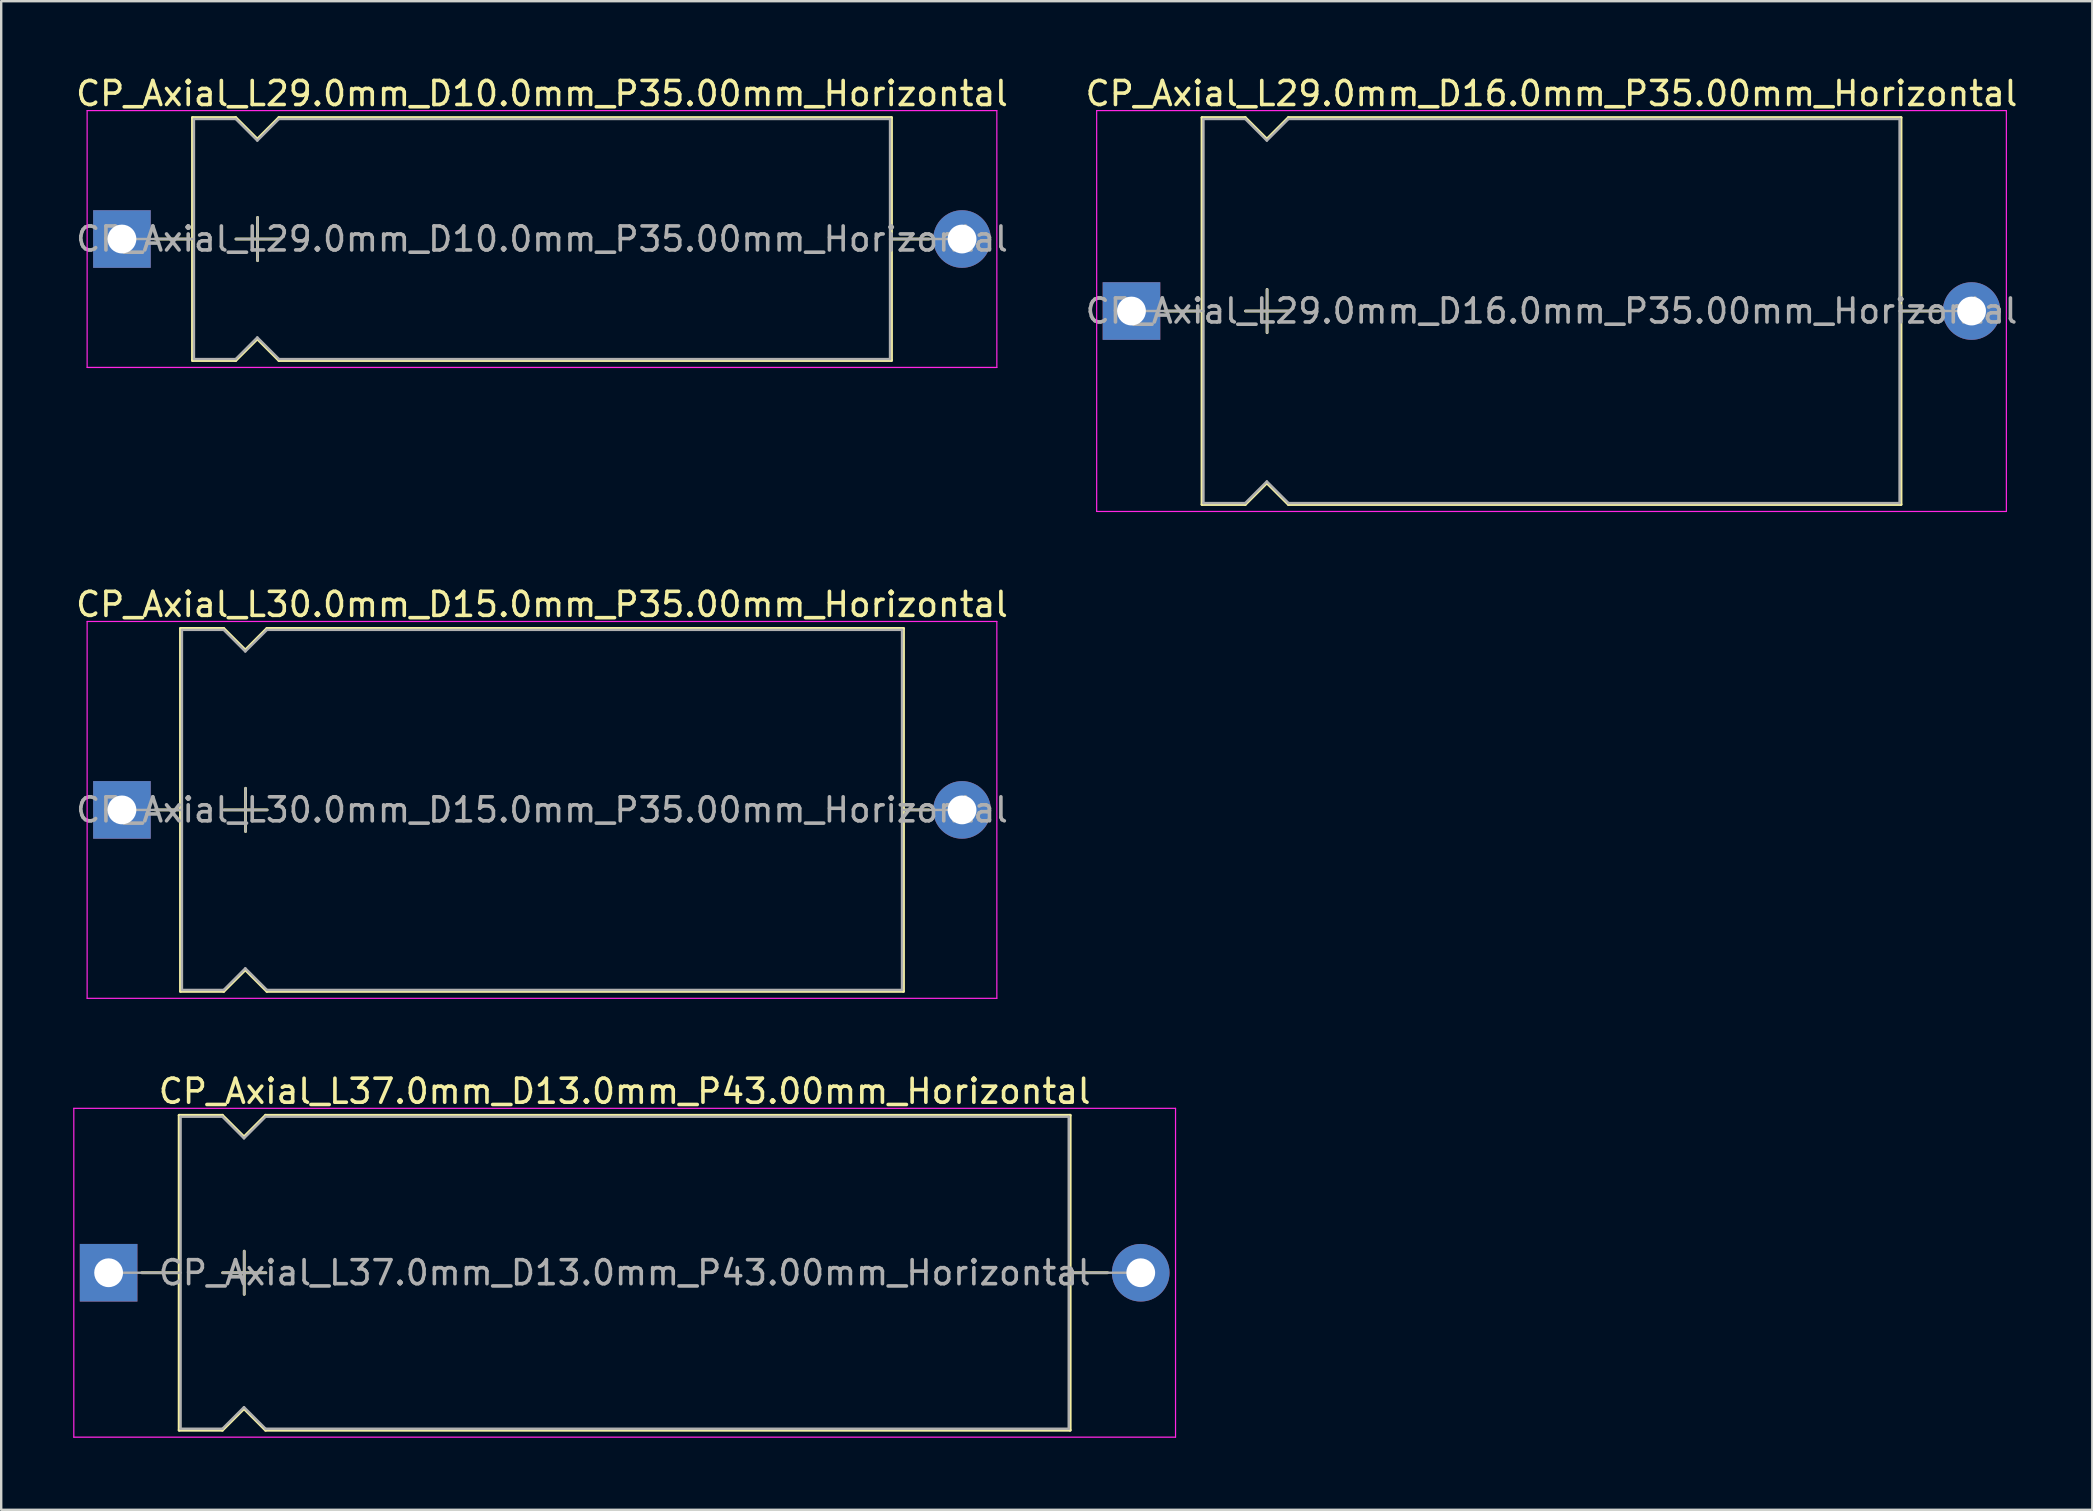
<source format=kicad_pcb>
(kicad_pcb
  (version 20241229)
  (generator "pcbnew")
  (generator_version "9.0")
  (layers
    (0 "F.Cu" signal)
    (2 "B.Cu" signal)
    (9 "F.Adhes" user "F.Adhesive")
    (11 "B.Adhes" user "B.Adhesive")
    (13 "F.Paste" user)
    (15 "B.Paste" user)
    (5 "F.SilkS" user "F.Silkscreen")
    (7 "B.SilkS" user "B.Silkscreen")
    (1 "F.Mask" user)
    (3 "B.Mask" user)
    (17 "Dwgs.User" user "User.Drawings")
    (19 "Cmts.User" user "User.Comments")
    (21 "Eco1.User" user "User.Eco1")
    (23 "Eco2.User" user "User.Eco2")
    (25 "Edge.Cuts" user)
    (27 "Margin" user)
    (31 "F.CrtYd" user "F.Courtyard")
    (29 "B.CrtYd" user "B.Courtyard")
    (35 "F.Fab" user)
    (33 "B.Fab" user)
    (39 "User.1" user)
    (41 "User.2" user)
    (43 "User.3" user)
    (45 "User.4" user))
  (footprint "CP_Axial_L29.0mm_D10.0mm_P35.00mm_Horizontal"
    (layer "F.Cu")
    (at 2.03 6.908)
    (property "Reference" "CP_Axial_L29.0mm_D10.0mm_P35.00mm_Horizontal" (at 17.5 -6.06 0) (layer "F.SilkS") (effects (font (size 1 1) (thickness 0.15))))
    (attr through_hole)
    (fp_line (start 1.38 0) (end 2.94 0) (stroke (width 0.12) (type solid)) (layer "F.SilkS"))
    (fp_line (start 2.94 -5.06) (end 2.94 5.06) (stroke (width 0.12) (type solid)) (layer "F.SilkS"))
    (fp_line (start 2.94 -5.06) (end 4.74 -5.06) (stroke (width 0.12) (type solid)) (layer "F.SilkS"))
    (fp_line (start 2.94 5.06) (end 4.74 5.06) (stroke (width 0.12) (type solid)) (layer "F.SilkS"))
    (fp_line (start 4.74 -5.06) (end 5.64 -4.16) (stroke (width 0.12) (type solid)) (layer "F.SilkS"))
    (fp_line (start 4.74 5.06) (end 5.64 4.16) (stroke (width 0.12) (type solid)) (layer "F.SilkS"))
    (fp_line (start 4.75 0) (end 6.55 0) (stroke (width 0.12) (type solid)) (layer "F.SilkS"))
    (fp_line (start 5.64 -4.16) (end 6.54 -5.06) (stroke (width 0.12) (type solid)) (layer "F.SilkS"))
    (fp_line (start 5.64 4.16) (end 6.54 5.06) (stroke (width 0.12) (type solid)) (layer "F.SilkS"))
    (fp_line (start 5.65 -0.9) (end 5.65 0.9) (stroke (width 0.12) (type solid)) (layer "F.SilkS"))
    (fp_line (start 6.54 -5.06) (end 32.06 -5.06) (stroke (width 0.12) (type solid)) (layer "F.SilkS"))
    (fp_line (start 6.54 5.06) (end 32.06 5.06) (stroke (width 0.12) (type solid)) (layer "F.SilkS"))
    (fp_line (start 32.06 -5.06) (end 32.06 5.06) (stroke (width 0.12) (type solid)) (layer "F.SilkS"))
    (fp_line (start 33.62 0) (end 32.06 0) (stroke (width 0.12) (type solid)) (layer "F.SilkS"))
    (fp_line (start -1.45 -5.35) (end -1.45 5.35) (stroke (width 0.05) (type solid)) (layer "F.CrtYd"))
    (fp_line (start -1.45 5.35) (end 36.45 5.35) (stroke (width 0.05) (type solid)) (layer "F.CrtYd"))
    (fp_line (start 36.45 -5.35) (end -1.45 -5.35) (stroke (width 0.05) (type solid)) (layer "F.CrtYd"))
    (fp_line (start 36.45 5.35) (end 36.45 -5.35) (stroke (width 0.05) (type solid)) (layer "F.CrtYd"))
    (fp_line (start 0 0) (end 3 0) (stroke (width 0.1) (type solid)) (layer "F.Fab"))
    (fp_line (start 3 -5) (end 3 5) (stroke (width 0.1) (type solid)) (layer "F.Fab"))
    (fp_line (start 3 -5) (end 4.74 -5) (stroke (width 0.1) (type solid)) (layer "F.Fab"))
    (fp_line (start 3 5) (end 4.74 5) (stroke (width 0.1) (type solid)) (layer "F.Fab"))
    (fp_line (start 4.74 -5) (end 5.64 -4.1) (stroke (width 0.1) (type solid)) (layer "F.Fab"))
    (fp_line (start 4.74 5) (end 5.64 4.1) (stroke (width 0.1) (type solid)) (layer "F.Fab"))
    (fp_line (start 4.75 0) (end 6.55 0) (stroke (width 0.1) (type solid)) (layer "F.Fab"))
    (fp_line (start 5.64 -4.1) (end 6.54 -5) (stroke (width 0.1) (type solid)) (layer "F.Fab"))
    (fp_line (start 5.64 4.1) (end 6.54 5) (stroke (width 0.1) (type solid)) (layer "F.Fab"))
    (fp_line (start 5.65 -0.9) (end 5.65 0.9) (stroke (width 0.1) (type solid)) (layer "F.Fab"))
    (fp_line (start 6.54 -5) (end 32 -5) (stroke (width 0.1) (type solid)) (layer "F.Fab"))
    (fp_line (start 6.54 5) (end 32 5) (stroke (width 0.1) (type solid)) (layer "F.Fab"))
    (fp_line (start 32 -5) (end 32 5) (stroke (width 0.1) (type solid)) (layer "F.Fab"))
    (fp_line (start 35 0) (end 32 0) (stroke (width 0.1) (type solid)) (layer "F.Fab"))
    (fp_text user "${REFERENCE}" (at 17.5 0 0) (layer "F.Fab") (effects (font (size 1 1) (thickness 0.15))))
    (pad "1" thru_hole rect (at 0 0) (size 2.4 2.4) (drill 1.2) (layers "*.Cu" "*.Mask"))
    (pad "2" thru_hole oval (at 35 0) (size 2.4 2.4) (drill 1.2) (layers "*.Cu" "*.Mask")))
  (footprint "CP_Axial_L30.0mm_D15.0mm_P35.00mm_Horizontal"
    (layer "F.Cu")
    (at 2.03 30.692)
    (property "Reference" "CP_Axial_L30.0mm_D15.0mm_P35.00mm_Horizontal" (at 17.5 -8.56 0) (layer "F.SilkS") (effects (font (size 1 1) (thickness 0.15))))
    (attr through_hole)
    (fp_line (start 1.38 0) (end 2.44 0) (stroke (width 0.12) (type solid)) (layer "F.SilkS"))
    (fp_line (start 2.44 -7.56) (end 2.44 7.56) (stroke (width 0.12) (type solid)) (layer "F.SilkS"))
    (fp_line (start 2.44 -7.56) (end 4.24 -7.56) (stroke (width 0.12) (type solid)) (layer "F.SilkS"))
    (fp_line (start 2.44 7.56) (end 4.24 7.56) (stroke (width 0.12) (type solid)) (layer "F.SilkS"))
    (fp_line (start 4.24 -7.56) (end 5.14 -6.66) (stroke (width 0.12) (type solid)) (layer "F.SilkS"))
    (fp_line (start 4.24 7.56) (end 5.14 6.66) (stroke (width 0.12) (type solid)) (layer "F.SilkS"))
    (fp_line (start 4.25 0) (end 6.05 0) (stroke (width 0.12) (type solid)) (layer "F.SilkS"))
    (fp_line (start 5.14 -6.66) (end 6.04 -7.56) (stroke (width 0.12) (type solid)) (layer "F.SilkS"))
    (fp_line (start 5.14 6.66) (end 6.04 7.56) (stroke (width 0.12) (type solid)) (layer "F.SilkS"))
    (fp_line (start 5.15 -0.9) (end 5.15 0.9) (stroke (width 0.12) (type solid)) (layer "F.SilkS"))
    (fp_line (start 6.04 -7.56) (end 32.56 -7.56) (stroke (width 0.12) (type solid)) (layer "F.SilkS"))
    (fp_line (start 6.04 7.56) (end 32.56 7.56) (stroke (width 0.12) (type solid)) (layer "F.SilkS"))
    (fp_line (start 32.56 -7.56) (end 32.56 7.56) (stroke (width 0.12) (type solid)) (layer "F.SilkS"))
    (fp_line (start 33.62 0) (end 32.56 0) (stroke (width 0.12) (type solid)) (layer "F.SilkS"))
    (fp_line (start -1.45 -7.85) (end -1.45 7.85) (stroke (width 0.05) (type solid)) (layer "F.CrtYd"))
    (fp_line (start -1.45 7.85) (end 36.45 7.85) (stroke (width 0.05) (type solid)) (layer "F.CrtYd"))
    (fp_line (start 36.45 -7.85) (end -1.45 -7.85) (stroke (width 0.05) (type solid)) (layer "F.CrtYd"))
    (fp_line (start 36.45 7.85) (end 36.45 -7.85) (stroke (width 0.05) (type solid)) (layer "F.CrtYd"))
    (fp_line (start 0 0) (end 2.5 0) (stroke (width 0.1) (type solid)) (layer "F.Fab"))
    (fp_line (start 2.5 -7.5) (end 2.5 7.5) (stroke (width 0.1) (type solid)) (layer "F.Fab"))
    (fp_line (start 2.5 -7.5) (end 4.24 -7.5) (stroke (width 0.1) (type solid)) (layer "F.Fab"))
    (fp_line (start 2.5 7.5) (end 4.24 7.5) (stroke (width 0.1) (type solid)) (layer "F.Fab"))
    (fp_line (start 4.24 -7.5) (end 5.14 -6.6) (stroke (width 0.1) (type solid)) (layer "F.Fab"))
    (fp_line (start 4.24 7.5) (end 5.14 6.6) (stroke (width 0.1) (type solid)) (layer "F.Fab"))
    (fp_line (start 4.25 0) (end 6.05 0) (stroke (width 0.1) (type solid)) (layer "F.Fab"))
    (fp_line (start 5.14 -6.6) (end 6.04 -7.5) (stroke (width 0.1) (type solid)) (layer "F.Fab"))
    (fp_line (start 5.14 6.6) (end 6.04 7.5) (stroke (width 0.1) (type solid)) (layer "F.Fab"))
    (fp_line (start 5.15 -0.9) (end 5.15 0.9) (stroke (width 0.1) (type solid)) (layer "F.Fab"))
    (fp_line (start 6.04 -7.5) (end 32.5 -7.5) (stroke (width 0.1) (type solid)) (layer "F.Fab"))
    (fp_line (start 6.04 7.5) (end 32.5 7.5) (stroke (width 0.1) (type solid)) (layer "F.Fab"))
    (fp_line (start 32.5 -7.5) (end 32.5 7.5) (stroke (width 0.1) (type solid)) (layer "F.Fab"))
    (fp_line (start 35 0) (end 32.5 0) (stroke (width 0.1) (type solid)) (layer "F.Fab"))
    (fp_text user "${REFERENCE}" (at 17.5 0 0) (layer "F.Fab") (effects (font (size 1 1) (thickness 0.15))))
    (pad "1" thru_hole rect (at 0 0) (size 2.4 2.4) (drill 1.2) (layers "*.Cu" "*.Mask"))
    (pad "2" thru_hole oval (at 35 0) (size 2.4 2.4) (drill 1.2) (layers "*.Cu" "*.Mask")))
  (footprint "CP_Axial_L29.0mm_D16.0mm_P35.00mm_Horizontal"
    (layer "F.Cu")
    (at 44.089 9.908)
    (property "Reference" "CP_Axial_L29.0mm_D16.0mm_P35.00mm_Horizontal" (at 17.5 -9.06 0) (layer "F.SilkS") (effects (font (size 1 1) (thickness 0.15))))
    (attr through_hole)
    (fp_line (start 1.38 0) (end 2.94 0) (stroke (width 0.12) (type solid)) (layer "F.SilkS"))
    (fp_line (start 2.94 -8.06) (end 2.94 8.06) (stroke (width 0.12) (type solid)) (layer "F.SilkS"))
    (fp_line (start 2.94 -8.06) (end 4.74 -8.06) (stroke (width 0.12) (type solid)) (layer "F.SilkS"))
    (fp_line (start 2.94 8.06) (end 4.74 8.06) (stroke (width 0.12) (type solid)) (layer "F.SilkS"))
    (fp_line (start 4.74 -8.06) (end 5.64 -7.16) (stroke (width 0.12) (type solid)) (layer "F.SilkS"))
    (fp_line (start 4.74 8.06) (end 5.64 7.16) (stroke (width 0.12) (type solid)) (layer "F.SilkS"))
    (fp_line (start 4.75 0) (end 6.55 0) (stroke (width 0.12) (type solid)) (layer "F.SilkS"))
    (fp_line (start 5.64 -7.16) (end 6.54 -8.06) (stroke (width 0.12) (type solid)) (layer "F.SilkS"))
    (fp_line (start 5.64 7.16) (end 6.54 8.06) (stroke (width 0.12) (type solid)) (layer "F.SilkS"))
    (fp_line (start 5.65 -0.9) (end 5.65 0.9) (stroke (width 0.12) (type solid)) (layer "F.SilkS"))
    (fp_line (start 6.54 -8.06) (end 32.06 -8.06) (stroke (width 0.12) (type solid)) (layer "F.SilkS"))
    (fp_line (start 6.54 8.06) (end 32.06 8.06) (stroke (width 0.12) (type solid)) (layer "F.SilkS"))
    (fp_line (start 32.06 -8.06) (end 32.06 8.06) (stroke (width 0.12) (type solid)) (layer "F.SilkS"))
    (fp_line (start 33.62 0) (end 32.06 0) (stroke (width 0.12) (type solid)) (layer "F.SilkS"))
    (fp_line (start -1.45 -8.35) (end -1.45 8.35) (stroke (width 0.05) (type solid)) (layer "F.CrtYd"))
    (fp_line (start -1.45 8.35) (end 36.45 8.35) (stroke (width 0.05) (type solid)) (layer "F.CrtYd"))
    (fp_line (start 36.45 -8.35) (end -1.45 -8.35) (stroke (width 0.05) (type solid)) (layer "F.CrtYd"))
    (fp_line (start 36.45 8.35) (end 36.45 -8.35) (stroke (width 0.05) (type solid)) (layer "F.CrtYd"))
    (fp_line (start 0 0) (end 3 0) (stroke (width 0.1) (type solid)) (layer "F.Fab"))
    (fp_line (start 3 -8) (end 3 8) (stroke (width 0.1) (type solid)) (layer "F.Fab"))
    (fp_line (start 3 -8) (end 4.74 -8) (stroke (width 0.1) (type solid)) (layer "F.Fab"))
    (fp_line (start 3 8) (end 4.74 8) (stroke (width 0.1) (type solid)) (layer "F.Fab"))
    (fp_line (start 4.74 -8) (end 5.64 -7.1) (stroke (width 0.1) (type solid)) (layer "F.Fab"))
    (fp_line (start 4.74 8) (end 5.64 7.1) (stroke (width 0.1) (type solid)) (layer "F.Fab"))
    (fp_line (start 4.75 0) (end 6.55 0) (stroke (width 0.1) (type solid)) (layer "F.Fab"))
    (fp_line (start 5.64 -7.1) (end 6.54 -8) (stroke (width 0.1) (type solid)) (layer "F.Fab"))
    (fp_line (start 5.64 7.1) (end 6.54 8) (stroke (width 0.1) (type solid)) (layer "F.Fab"))
    (fp_line (start 5.65 -0.9) (end 5.65 0.9) (stroke (width 0.1) (type solid)) (layer "F.Fab"))
    (fp_line (start 6.54 -8) (end 32 -8) (stroke (width 0.1) (type solid)) (layer "F.Fab"))
    (fp_line (start 6.54 8) (end 32 8) (stroke (width 0.1) (type solid)) (layer "F.Fab"))
    (fp_line (start 32 -8) (end 32 8) (stroke (width 0.1) (type solid)) (layer "F.Fab"))
    (fp_line (start 35 0) (end 32 0) (stroke (width 0.1) (type solid)) (layer "F.Fab"))
    (fp_text user "${REFERENCE}" (at 17.5 0 0) (layer "F.Fab") (effects (font (size 1 1) (thickness 0.15))))
    (pad "1" thru_hole rect (at 0 0) (size 2.4 2.4) (drill 1.2) (layers "*.Cu" "*.Mask"))
    (pad "2" thru_hole oval (at 35 0) (size 2.4 2.4) (drill 1.2) (layers "*.Cu" "*.Mask")))
  (footprint "CP_Axial_L37.0mm_D13.0mm_P43.00mm_Horizontal"
    (layer "F.Cu")
    (at 1.475 49.975)
    (property "Reference" "CP_Axial_L37.0mm_D13.0mm_P43.00mm_Horizontal" (at 21.5 -7.56 0) (layer "F.SilkS") (effects (font (size 1 1) (thickness 0.15))))
    (attr through_hole)
    (fp_line (start 1.38 0) (end 2.94 0) (stroke (width 0.12) (type solid)) (layer "F.SilkS"))
    (fp_line (start 2.94 -6.56) (end 2.94 6.56) (stroke (width 0.12) (type solid)) (layer "F.SilkS"))
    (fp_line (start 2.94 -6.56) (end 4.74 -6.56) (stroke (width 0.12) (type solid)) (layer "F.SilkS"))
    (fp_line (start 2.94 6.56) (end 4.74 6.56) (stroke (width 0.12) (type solid)) (layer "F.SilkS"))
    (fp_line (start 4.74 -6.56) (end 5.64 -5.66) (stroke (width 0.12) (type solid)) (layer "F.SilkS"))
    (fp_line (start 4.74 6.56) (end 5.64 5.66) (stroke (width 0.12) (type solid)) (layer "F.SilkS"))
    (fp_line (start 4.75 0) (end 6.55 0) (stroke (width 0.12) (type solid)) (layer "F.SilkS"))
    (fp_line (start 5.64 -5.66) (end 6.54 -6.56) (stroke (width 0.12) (type solid)) (layer "F.SilkS"))
    (fp_line (start 5.64 5.66) (end 6.54 6.56) (stroke (width 0.12) (type solid)) (layer "F.SilkS"))
    (fp_line (start 5.65 -0.9) (end 5.65 0.9) (stroke (width 0.12) (type solid)) (layer "F.SilkS"))
    (fp_line (start 6.54 -6.56) (end 40.06 -6.56) (stroke (width 0.12) (type solid)) (layer "F.SilkS"))
    (fp_line (start 6.54 6.56) (end 40.06 6.56) (stroke (width 0.12) (type solid)) (layer "F.SilkS"))
    (fp_line (start 40.06 -6.56) (end 40.06 6.56) (stroke (width 0.12) (type solid)) (layer "F.SilkS"))
    (fp_line (start 41.62 0) (end 40.06 0) (stroke (width 0.12) (type solid)) (layer "F.SilkS"))
    (fp_line (start -1.45 -6.85) (end -1.45 6.85) (stroke (width 0.05) (type solid)) (layer "F.CrtYd"))
    (fp_line (start -1.45 6.85) (end 44.45 6.85) (stroke (width 0.05) (type solid)) (layer "F.CrtYd"))
    (fp_line (start 44.45 -6.85) (end -1.45 -6.85) (stroke (width 0.05) (type solid)) (layer "F.CrtYd"))
    (fp_line (start 44.45 6.85) (end 44.45 -6.85) (stroke (width 0.05) (type solid)) (layer "F.CrtYd"))
    (fp_line (start 0 0) (end 3 0) (stroke (width 0.1) (type solid)) (layer "F.Fab"))
    (fp_line (start 3 -6.5) (end 3 6.5) (stroke (width 0.1) (type solid)) (layer "F.Fab"))
    (fp_line (start 3 -6.5) (end 4.74 -6.5) (stroke (width 0.1) (type solid)) (layer "F.Fab"))
    (fp_line (start 3 6.5) (end 4.74 6.5) (stroke (width 0.1) (type solid)) (layer "F.Fab"))
    (fp_line (start 4.74 -6.5) (end 5.64 -5.6) (stroke (width 0.1) (type solid)) (layer "F.Fab"))
    (fp_line (start 4.74 6.5) (end 5.64 5.6) (stroke (width 0.1) (type solid)) (layer "F.Fab"))
    (fp_line (start 4.75 0) (end 6.55 0) (stroke (width 0.1) (type solid)) (layer "F.Fab"))
    (fp_line (start 5.64 -5.6) (end 6.54 -6.5) (stroke (width 0.1) (type solid)) (layer "F.Fab"))
    (fp_line (start 5.64 5.6) (end 6.54 6.5) (stroke (width 0.1) (type solid)) (layer "F.Fab"))
    (fp_line (start 5.65 -0.9) (end 5.65 0.9) (stroke (width 0.1) (type solid)) (layer "F.Fab"))
    (fp_line (start 6.54 -6.5) (end 40 -6.5) (stroke (width 0.1) (type solid)) (layer "F.Fab"))
    (fp_line (start 6.54 6.5) (end 40 6.5) (stroke (width 0.1) (type solid)) (layer "F.Fab"))
    (fp_line (start 40 -6.5) (end 40 6.5) (stroke (width 0.1) (type solid)) (layer "F.Fab"))
    (fp_line (start 43 0) (end 40 0) (stroke (width 0.1) (type solid)) (layer "F.Fab"))
    (fp_text user "${REFERENCE}" (at 21.5 0 0) (layer "F.Fab") (effects (font (size 1 1) (thickness 0.15))))
    (pad "1" thru_hole rect (at 0 0) (size 2.4 2.4) (drill 1.2) (layers "*.Cu" "*.Mask"))
    (pad "2" thru_hole oval (at 43 0) (size 2.4 2.4) (drill 1.2) (layers "*.Cu" "*.Mask")))
  (gr_rect
    (start -3 -3)
    (end 84.119 59.85)
    (stroke (width 0.1) (type default))
    (fill no)
    (layer "Edge.Cuts")))
</source>
